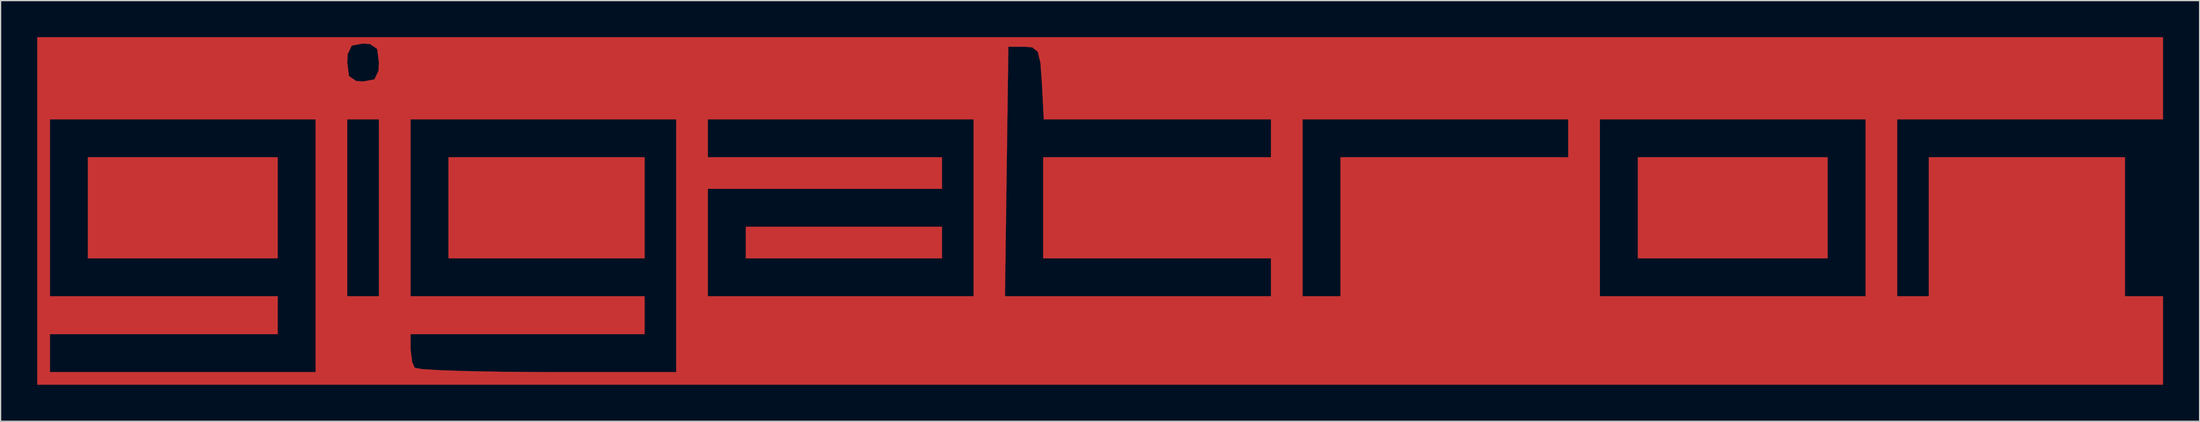
<source format=kicad_pcb>
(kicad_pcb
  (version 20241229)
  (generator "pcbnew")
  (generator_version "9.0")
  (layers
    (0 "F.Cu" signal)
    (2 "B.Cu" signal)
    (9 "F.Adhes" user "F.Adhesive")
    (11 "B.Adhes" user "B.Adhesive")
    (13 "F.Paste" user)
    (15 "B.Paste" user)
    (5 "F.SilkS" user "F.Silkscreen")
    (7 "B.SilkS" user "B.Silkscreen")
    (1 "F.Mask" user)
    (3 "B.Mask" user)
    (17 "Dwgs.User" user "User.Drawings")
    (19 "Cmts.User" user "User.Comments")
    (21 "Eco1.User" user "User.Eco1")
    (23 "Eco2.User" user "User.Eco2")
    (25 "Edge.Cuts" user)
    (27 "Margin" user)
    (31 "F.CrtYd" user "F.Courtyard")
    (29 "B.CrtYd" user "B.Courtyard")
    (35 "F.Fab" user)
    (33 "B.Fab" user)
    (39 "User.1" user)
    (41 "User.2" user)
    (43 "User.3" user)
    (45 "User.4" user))
  (footprint "logo-F"
    (layer "F.Cu")
    (at 87.091 14.001)
    (property "Reference" "logo-F" (at 0 0 0) (layer "F.Cu") (effects (font (size 1.524 1.524) (thickness 0.3))))
    (attr through_hole)
    (fp_poly (pts (xy -67.388 4.147) (xy -82.939 4.147) (xy -82.939 -4.147) (xy -67.388 -4.147) (xy -67.388 4.147)) (stroke (width 0.01) (type solid)) (fill yes) (layer "F.Cu"))
    (fp_poly (pts (xy -37.322 4.147) (xy -53.392 4.147) (xy -53.392 -4.147) (xy -37.322 -4.147) (xy -37.322 4.147)) (stroke (width 0.01) (type solid)) (fill yes) (layer "F.Cu"))
    (fp_poly (pts (xy -12.959 4.147) (xy -29.029 4.147) (xy -29.029 1.555) (xy -12.959 1.555) (xy -12.959 4.147)) (stroke (width 0.01) (type solid)) (fill yes) (layer "F.Cu"))
    (fp_poly (pts (xy 59.612 4.147) (xy 44.061 4.147) (xy 44.061 -4.147) (xy 59.612 -4.147) (xy 59.612 4.147)) (stroke (width 0.01) (type solid)) (fill yes) (layer "F.Cu"))
    (fp_poly (pts (xy 87.086 -7.257) (xy 65.314 -7.257) (xy 65.314 7.257) (xy 67.906 7.257) (xy 67.906 -4.147) (xy 83.976 -4.147) (xy 83.976 7.257) (xy 87.086 7.257) (xy 87.086 14.514) (xy -87.086 14.514) (xy -87.086 -7.257) (xy -86.049 -7.257) (xy -86.049 7.257) (xy -67.388 7.257) (xy -67.388 10.367) (xy -86.049 10.367) (xy -86.049 13.478) (xy -64.278 13.478) (xy -64.278 -7.257) (xy -61.686 -7.257) (xy -61.686 7.257) (xy -59.094 7.257) (xy -59.094 -7.257) (xy -56.502 -7.257) (xy -56.502 7.257) (xy -37.322 7.257) (xy -37.322 10.367) (xy -56.502 10.367) (xy -56.502 11.577) (xy -56.368 12.665) (xy -56.156 13.132) (xy -55.556 13.237) (xy -54.079 13.328) (xy -51.887 13.402) (xy -49.14 13.454) (xy -45.999 13.477) (xy -45.271 13.478) (xy -34.731 13.478) (xy -34.731 -7.257) (xy -32.139 -7.257) (xy -32.139 -4.147) (xy -12.959 -4.147) (xy -12.959 -1.555) (xy -32.139 -1.555) (xy -32.139 7.257) (xy -10.367 7.257) (xy -7.797 7.257) (xy 13.996 7.257) (xy 13.996 4.147) (xy -4.665 4.147) (xy -4.665 -4.147) (xy 13.996 -4.147) (xy 13.996 -7.257) (xy 16.588 -7.257) (xy 16.588 7.257) (xy 19.698 7.257) (xy 19.698 -4.147) (xy 38.359 -4.147) (xy 38.359 -7.257) (xy 40.951 -7.257) (xy 40.951 7.257) (xy 62.722 7.257) (xy 62.722 -7.257) (xy 40.951 -7.257) (xy 38.359 -7.257) (xy 16.588 -7.257) (xy 13.996 -7.257) (xy -4.614 -7.257) (xy -4.769 -10.238) (xy -4.891 -11.918) (xy -5.112 -12.81) (xy -5.553 -13.161) (xy -6.22 -13.218) (xy -7.516 -13.218) (xy -7.797 7.257) (xy -10.367 7.257) (xy -10.367 -7.257) (xy -32.139 -7.257) (xy -34.731 -7.257) (xy -56.502 -7.257) (xy -59.094 -7.257) (xy -61.686 -7.257) (xy -64.278 -7.257) (xy -86.049 -7.257) (xy -87.086 -7.257) (xy -87.086 -11.922) (xy -61.686 -11.922) (xy -61.546 -10.811) (xy -60.953 -10.404) (xy -60.39 -10.367) (xy -59.464 -10.535) (xy -59.125 -11.246) (xy -59.094 -11.922) (xy -59.233 -13.034) (xy -59.826 -13.44) (xy -60.39 -13.478) (xy -61.316 -13.31) (xy -61.655 -12.599) (xy -61.686 -11.922) (xy -87.086 -11.922) (xy -87.086 -13.996) (xy 87.086 -13.996) (xy 87.086 -7.257)) (stroke (width 0.01) (type solid)) (fill yes) (layer "F.Cu")))
  (gr_rect
    (start -3 -3)
    (end 177.181 31.52)
    (stroke (width 0.1) (type default))
    (fill no)
    (layer "Edge.Cuts")))
</source>
